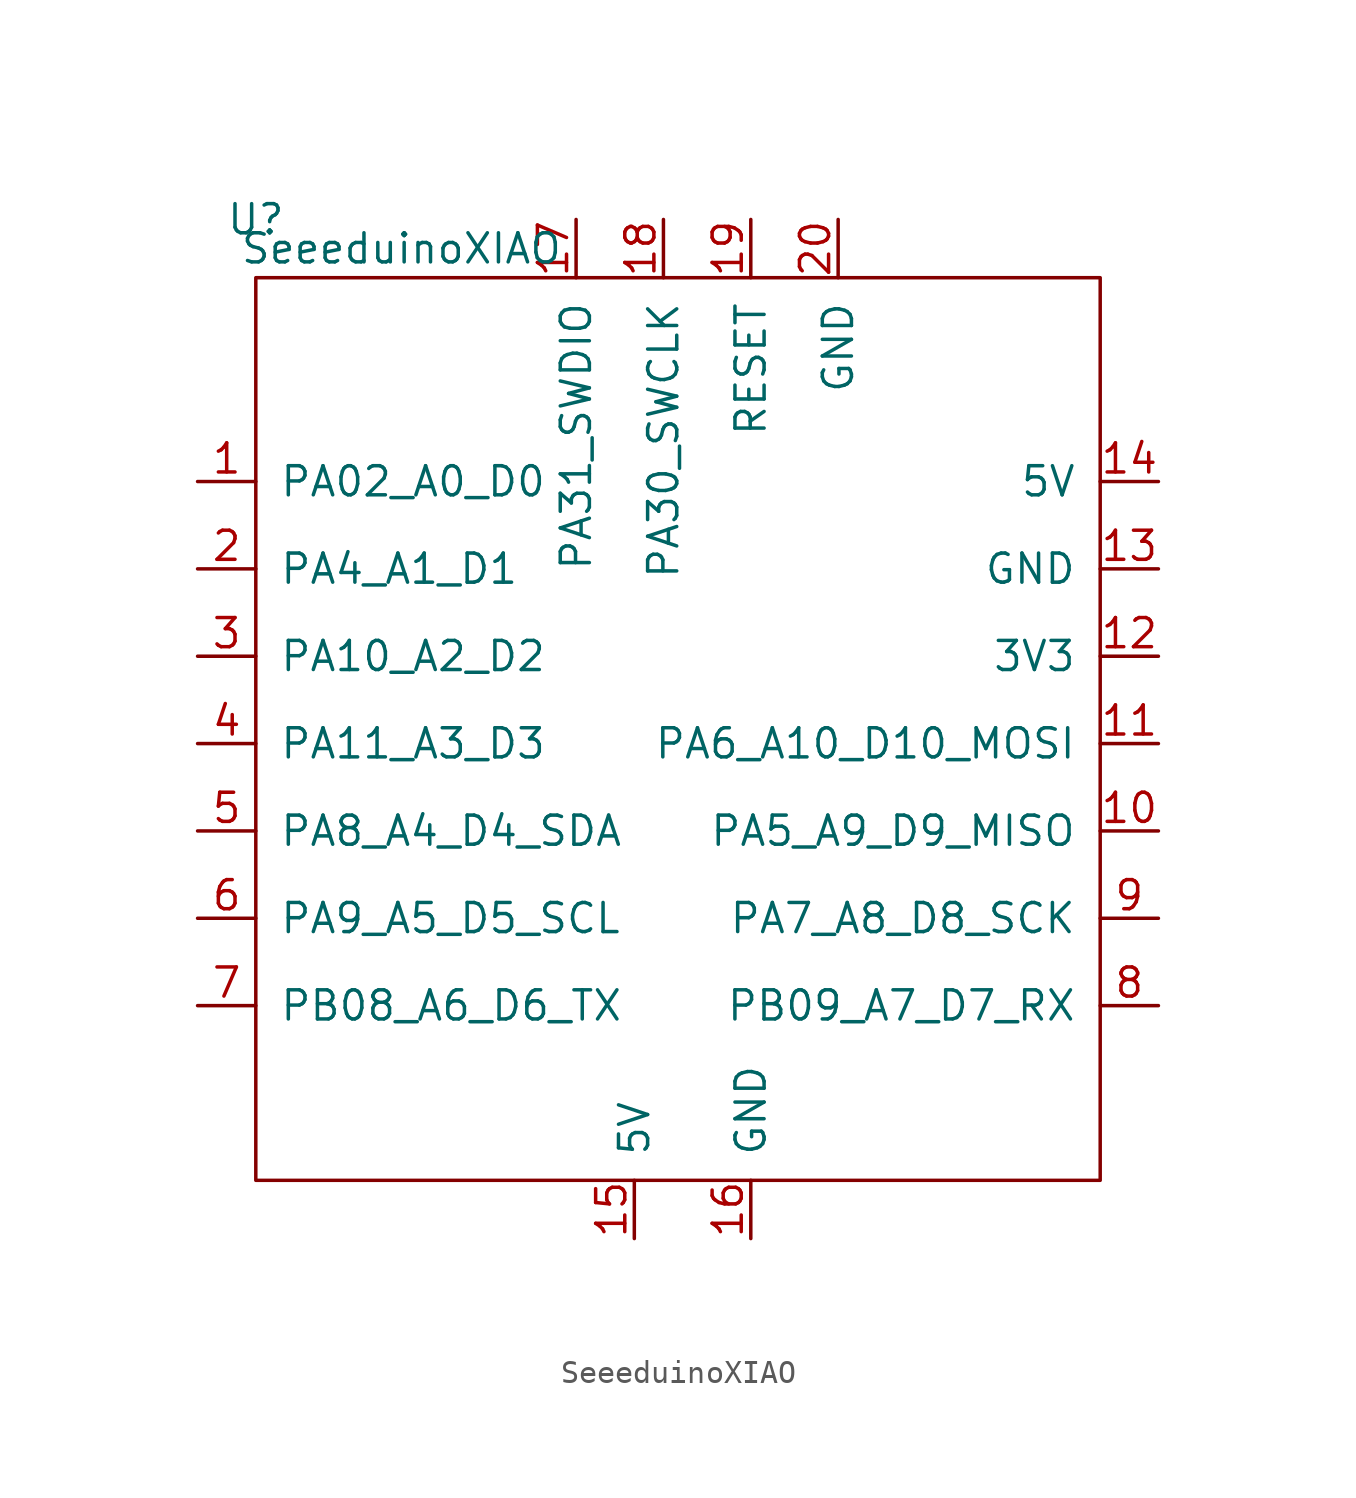
<source format=kicad_sym>
(kicad_symbol_lib
  (version 20231120)
  (generator "kicad_symbol_editor")
  (generator_version "8.0")
  (symbol "SeeeduinoXIAO"
    (pin_names
      (offset 1.016))
    (property "Reference" "U"
      (at -19.05 22.86 0)
      (effects (font (size 1.27 1.27))))
    (property "Value" "SeeeduinoXIAO"
      (at -12.7 21.59 0)
      (effects (font (size 1.27 1.27))))
    (symbol "SeeeduinoXIAO_0_1"
      (rectangle (start -19.05 20.32) (end 17.78 -19.05) (stroke (width 0) (type default)) (fill (type none))))
    (symbol "SeeeduinoXIAO_1_1"
      (pin unspecified line (at -21.59 11.43 0) (length 2.54) (name "PA02_A0_D0" (effects (font (size 1.27 1.27)))) (number "1" (effects (font (size 1.27 1.27)))))
      (pin unspecified line (at 20.32 -3.81 180) (length 2.54) (name "PA5_A9_D9_MISO" (effects (font (size 1.27 1.27)))) (number "10" (effects (font (size 1.27 1.27)))))
      (pin unspecified line (at 20.32 0 180) (length 2.54) (name "PA6_A10_D10_MOSI" (effects (font (size 1.27 1.27)))) (number "11" (effects (font (size 1.27 1.27)))))
      (pin unspecified line (at 20.32 3.81 180) (length 2.54) (name "3V3" (effects (font (size 1.27 1.27)))) (number "12" (effects (font (size 1.27 1.27)))))
      (pin unspecified line (at 20.32 7.62 180) (length 2.54) (name "GND" (effects (font (size 1.27 1.27)))) (number "13" (effects (font (size 1.27 1.27)))))
      (pin unspecified line (at 20.32 11.43 180) (length 2.54) (name "5V" (effects (font (size 1.27 1.27)))) (number "14" (effects (font (size 1.27 1.27)))))
      (pin input line (at -2.54 -21.59 90) (length 2.54) (name "5V" (effects (font (size 1.27 1.27)))) (number "15" (effects (font (size 1.27 1.27)))))
      (pin input line (at 2.54 -21.59 90) (length 2.54) (name "GND" (effects (font (size 1.27 1.27)))) (number "16" (effects (font (size 1.27 1.27)))))
      (pin input line (at -5.08 22.86 270) (length 2.54) (name "PA31_SWDIO" (effects (font (size 1.27 1.27)))) (number "17" (effects (font (size 1.27 1.27)))))
      (pin input line (at -1.27 22.86 270) (length 2.54) (name "PA30_SWCLK" (effects (font (size 1.27 1.27)))) (number "18" (effects (font (size 1.27 1.27)))))
      (pin input line (at 2.54 22.86 270) (length 2.54) (name "RESET" (effects (font (size 1.27 1.27)))) (number "19" (effects (font (size 1.27 1.27)))))
      (pin unspecified line (at -21.59 7.62 0) (length 2.54) (name "PA4_A1_D1" (effects (font (size 1.27 1.27)))) (number "2" (effects (font (size 1.27 1.27)))))
      (pin input line (at 6.35 22.86 270) (length 2.54) (name "GND" (effects (font (size 1.27 1.27)))) (number "20" (effects (font (size 1.27 1.27)))))
      (pin unspecified line (at -21.59 3.81 0) (length 2.54) (name "PA10_A2_D2" (effects (font (size 1.27 1.27)))) (number "3" (effects (font (size 1.27 1.27)))))
      (pin unspecified line (at -21.59 0 0) (length 2.54) (name "PA11_A3_D3" (effects (font (size 1.27 1.27)))) (number "4" (effects (font (size 1.27 1.27)))))
      (pin unspecified line (at -21.59 -3.81 0) (length 2.54) (name "PA8_A4_D4_SDA" (effects (font (size 1.27 1.27)))) (number "5" (effects (font (size 1.27 1.27)))))
      (pin unspecified line (at -21.59 -7.62 0) (length 2.54) (name "PA9_A5_D5_SCL" (effects (font (size 1.27 1.27)))) (number "6" (effects (font (size 1.27 1.27)))))
      (pin unspecified line (at -21.59 -11.43 0) (length 2.54) (name "PB08_A6_D6_TX" (effects (font (size 1.27 1.27)))) (number "7" (effects (font (size 1.27 1.27)))))
      (pin unspecified line (at 20.32 -11.43 180) (length 2.54) (name "PB09_A7_D7_RX" (effects (font (size 1.27 1.27)))) (number "8" (effects (font (size 1.27 1.27)))))
      (pin unspecified line (at 20.32 -7.62 180) (length 2.54) (name "PA7_A8_D8_SCK" (effects (font (size 1.27 1.27)))) (number "9" (effects (font (size 1.27 1.27))))))))
</source>
